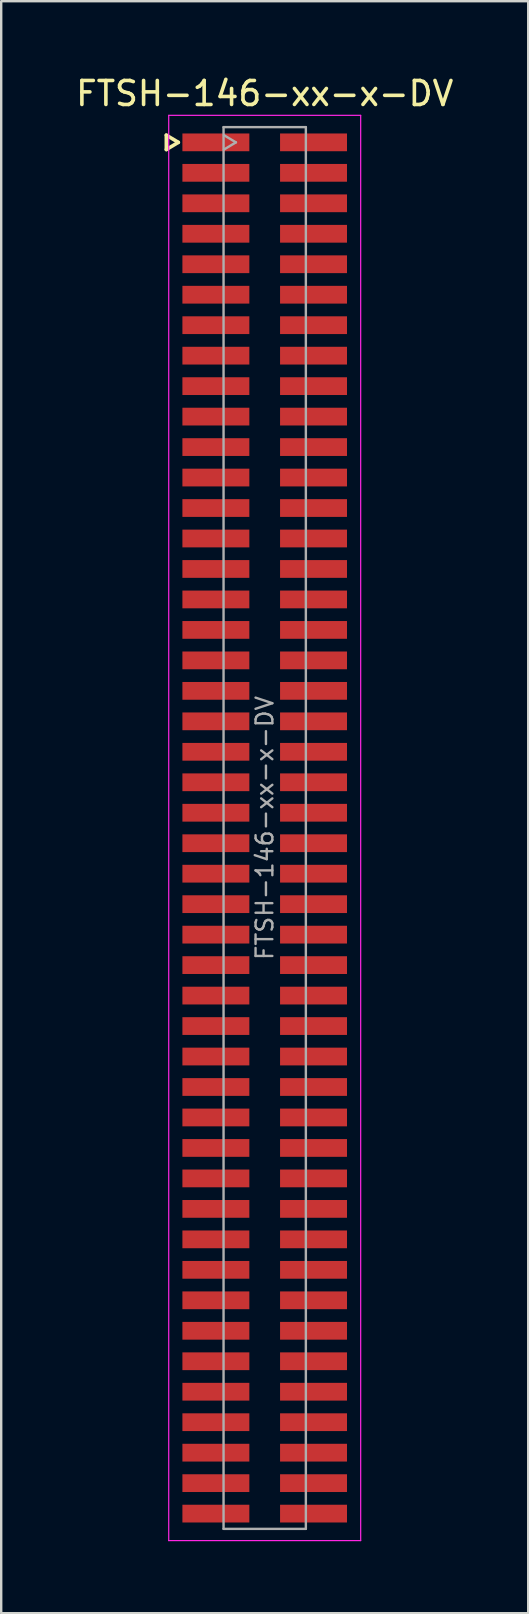
<source format=kicad_pcb>
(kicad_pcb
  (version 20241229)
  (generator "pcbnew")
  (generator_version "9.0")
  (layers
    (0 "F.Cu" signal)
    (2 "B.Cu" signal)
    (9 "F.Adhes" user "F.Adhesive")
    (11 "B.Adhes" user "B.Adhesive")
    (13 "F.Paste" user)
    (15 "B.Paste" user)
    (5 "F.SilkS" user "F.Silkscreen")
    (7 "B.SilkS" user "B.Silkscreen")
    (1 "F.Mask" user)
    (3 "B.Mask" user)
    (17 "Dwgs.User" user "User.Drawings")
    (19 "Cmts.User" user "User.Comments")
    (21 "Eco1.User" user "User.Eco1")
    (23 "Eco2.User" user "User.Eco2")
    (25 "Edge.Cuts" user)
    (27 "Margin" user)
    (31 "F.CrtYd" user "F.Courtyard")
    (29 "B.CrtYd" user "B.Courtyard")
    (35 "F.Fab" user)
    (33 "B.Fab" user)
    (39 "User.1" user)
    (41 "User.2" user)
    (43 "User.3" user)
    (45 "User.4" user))
  (footprint "FTSH-146-xx-x-DV"
    (layer "F.Cu")
    (at 7.982 31.458)
    (property "Reference" "FTSH-146-xx-x-DV" (at 0 -30.61 0) (layer "F.SilkS") (effects (font (size 1 1) (thickness 0.15))))
    (attr smd)
    (fp_line (start -4.1 -28.875) (end -4.1 -28.275) (stroke (width 0.15) (type solid)) (layer "F.SilkS"))
    (fp_line (start -4.1 -28.275) (end -3.6 -28.575) (stroke (width 0.15) (type solid)) (layer "F.SilkS"))
    (fp_line (start -3.6 -28.575) (end -4.1 -28.875) (stroke (width 0.15) (type solid)) (layer "F.SilkS"))
    (fp_line (start -4 -29.7) (end 4 -29.7) (stroke (width 0.05) (type solid)) (layer "F.CrtYd"))
    (fp_line (start -4 29.7) (end -4 -29.7) (stroke (width 0.05) (type solid)) (layer "F.CrtYd"))
    (fp_line (start 4 -29.7) (end 4 29.7) (stroke (width 0.05) (type solid)) (layer "F.CrtYd"))
    (fp_line (start 4 29.7) (end -4 29.7) (stroke (width 0.05) (type solid)) (layer "F.CrtYd"))
    (fp_line (start -1.715 -29.21) (end -1.715 29.21) (stroke (width 0.1) (type solid)) (layer "F.Fab"))
    (fp_line (start -1.715 -29.21) (end 1.715 -29.21) (stroke (width 0.1) (type solid)) (layer "F.Fab"))
    (fp_line (start -1.715 29.21) (end 1.715 29.21) (stroke (width 0.1) (type solid)) (layer "F.Fab"))
    (fp_line (start -1.7 -28.275) (end -1.2 -28.575) (stroke (width 0.1) (type solid)) (layer "F.Fab"))
    (fp_line (start -1.2 -28.575) (end -1.7 -28.875) (stroke (width 0.1) (type solid)) (layer "F.Fab"))
    (fp_line (start 1.715 -29.21) (end 1.715 29.21) (stroke (width 0.1) (type solid)) (layer "F.Fab"))
    (fp_text user "${REFERENCE}" (at 0 0 270) (layer "F.Fab") (effects (font (size 0.7 0.7) (thickness 0.1))))
    (pad "1" smd rect (at -2.035 -28.575) (size 2.79 0.74) (layers "F.Cu" "F.Mask" "F.Paste"))
    (pad "2" smd rect (at 2.035 -28.575) (size 2.79 0.74) (layers "F.Cu" "F.Mask" "F.Paste"))
    (pad "3" smd rect (at -2.035 -27.305) (size 2.79 0.74) (layers "F.Cu" "F.Mask" "F.Paste"))
    (pad "4" smd rect (at 2.035 -27.305) (size 2.79 0.74) (layers "F.Cu" "F.Mask" "F.Paste"))
    (pad "5" smd rect (at -2.035 -26.035) (size 2.79 0.74) (layers "F.Cu" "F.Mask" "F.Paste"))
    (pad "6" smd rect (at 2.035 -26.035) (size 2.79 0.74) (layers "F.Cu" "F.Mask" "F.Paste"))
    (pad "7" smd rect (at -2.035 -24.765) (size 2.79 0.74) (layers "F.Cu" "F.Mask" "F.Paste"))
    (pad "8" smd rect (at 2.035 -24.765) (size 2.79 0.74) (layers "F.Cu" "F.Mask" "F.Paste"))
    (pad "9" smd rect (at -2.035 -23.495) (size 2.79 0.74) (layers "F.Cu" "F.Mask" "F.Paste"))
    (pad "10" smd rect (at 2.035 -23.495) (size 2.79 0.74) (layers "F.Cu" "F.Mask" "F.Paste"))
    (pad "11" smd rect (at -2.035 -22.225) (size 2.79 0.74) (layers "F.Cu" "F.Mask" "F.Paste"))
    (pad "12" smd rect (at 2.035 -22.225) (size 2.79 0.74) (layers "F.Cu" "F.Mask" "F.Paste"))
    (pad "13" smd rect (at -2.035 -20.955) (size 2.79 0.74) (layers "F.Cu" "F.Mask" "F.Paste"))
    (pad "14" smd rect (at 2.035 -20.955) (size 2.79 0.74) (layers "F.Cu" "F.Mask" "F.Paste"))
    (pad "15" smd rect (at -2.035 -19.685) (size 2.79 0.74) (layers "F.Cu" "F.Mask" "F.Paste"))
    (pad "16" smd rect (at 2.035 -19.685) (size 2.79 0.74) (layers "F.Cu" "F.Mask" "F.Paste"))
    (pad "17" smd rect (at -2.035 -18.415) (size 2.79 0.74) (layers "F.Cu" "F.Mask" "F.Paste"))
    (pad "18" smd rect (at 2.035 -18.415) (size 2.79 0.74) (layers "F.Cu" "F.Mask" "F.Paste"))
    (pad "19" smd rect (at -2.035 -17.145) (size 2.79 0.74) (layers "F.Cu" "F.Mask" "F.Paste"))
    (pad "20" smd rect (at 2.035 -17.145) (size 2.79 0.74) (layers "F.Cu" "F.Mask" "F.Paste"))
    (pad "21" smd rect (at -2.035 -15.875) (size 2.79 0.74) (layers "F.Cu" "F.Mask" "F.Paste"))
    (pad "22" smd rect (at 2.035 -15.875) (size 2.79 0.74) (layers "F.Cu" "F.Mask" "F.Paste"))
    (pad "23" smd rect (at -2.035 -14.605) (size 2.79 0.74) (layers "F.Cu" "F.Mask" "F.Paste"))
    (pad "24" smd rect (at 2.035 -14.605) (size 2.79 0.74) (layers "F.Cu" "F.Mask" "F.Paste"))
    (pad "25" smd rect (at -2.035 -13.335) (size 2.79 0.74) (layers "F.Cu" "F.Mask" "F.Paste"))
    (pad "26" smd rect (at 2.035 -13.335) (size 2.79 0.74) (layers "F.Cu" "F.Mask" "F.Paste"))
    (pad "27" smd rect (at -2.035 -12.065) (size 2.79 0.74) (layers "F.Cu" "F.Mask" "F.Paste"))
    (pad "28" smd rect (at 2.035 -12.065) (size 2.79 0.74) (layers "F.Cu" "F.Mask" "F.Paste"))
    (pad "29" smd rect (at -2.035 -10.795) (size 2.79 0.74) (layers "F.Cu" "F.Mask" "F.Paste"))
    (pad "30" smd rect (at 2.035 -10.795) (size 2.79 0.74) (layers "F.Cu" "F.Mask" "F.Paste"))
    (pad "31" smd rect (at -2.035 -9.525) (size 2.79 0.74) (layers "F.Cu" "F.Mask" "F.Paste"))
    (pad "32" smd rect (at 2.035 -9.525) (size 2.79 0.74) (layers "F.Cu" "F.Mask" "F.Paste"))
    (pad "33" smd rect (at -2.035 -8.255) (size 2.79 0.74) (layers "F.Cu" "F.Mask" "F.Paste"))
    (pad "34" smd rect (at 2.035 -8.255) (size 2.79 0.74) (layers "F.Cu" "F.Mask" "F.Paste"))
    (pad "35" smd rect (at -2.035 -6.985) (size 2.79 0.74) (layers "F.Cu" "F.Mask" "F.Paste"))
    (pad "36" smd rect (at 2.035 -6.985) (size 2.79 0.74) (layers "F.Cu" "F.Mask" "F.Paste"))
    (pad "37" smd rect (at -2.035 -5.715) (size 2.79 0.74) (layers "F.Cu" "F.Mask" "F.Paste"))
    (pad "38" smd rect (at 2.035 -5.715) (size 2.79 0.74) (layers "F.Cu" "F.Mask" "F.Paste"))
    (pad "39" smd rect (at -2.035 -4.445) (size 2.79 0.74) (layers "F.Cu" "F.Mask" "F.Paste"))
    (pad "40" smd rect (at 2.035 -4.445) (size 2.79 0.74) (layers "F.Cu" "F.Mask" "F.Paste"))
    (pad "41" smd rect (at -2.035 -3.175) (size 2.79 0.74) (layers "F.Cu" "F.Mask" "F.Paste"))
    (pad "42" smd rect (at 2.035 -3.175) (size 2.79 0.74) (layers "F.Cu" "F.Mask" "F.Paste"))
    (pad "43" smd rect (at -2.035 -1.905) (size 2.79 0.74) (layers "F.Cu" "F.Mask" "F.Paste"))
    (pad "44" smd rect (at 2.035 -1.905) (size 2.79 0.74) (layers "F.Cu" "F.Mask" "F.Paste"))
    (pad "45" smd rect (at -2.035 -0.635) (size 2.79 0.74) (layers "F.Cu" "F.Mask" "F.Paste"))
    (pad "46" smd rect (at 2.035 -0.635) (size 2.79 0.74) (layers "F.Cu" "F.Mask" "F.Paste"))
    (pad "47" smd rect (at -2.035 0.635) (size 2.79 0.74) (layers "F.Cu" "F.Mask" "F.Paste"))
    (pad "48" smd rect (at 2.035 0.635) (size 2.79 0.74) (layers "F.Cu" "F.Mask" "F.Paste"))
    (pad "49" smd rect (at -2.035 1.905) (size 2.79 0.74) (layers "F.Cu" "F.Mask" "F.Paste"))
    (pad "50" smd rect (at 2.035 1.905) (size 2.79 0.74) (layers "F.Cu" "F.Mask" "F.Paste"))
    (pad "51" smd rect (at -2.035 3.175) (size 2.79 0.74) (layers "F.Cu" "F.Mask" "F.Paste"))
    (pad "52" smd rect (at 2.035 3.175) (size 2.79 0.74) (layers "F.Cu" "F.Mask" "F.Paste"))
    (pad "53" smd rect (at -2.035 4.445) (size 2.79 0.74) (layers "F.Cu" "F.Mask" "F.Paste"))
    (pad "54" smd rect (at 2.035 4.445) (size 2.79 0.74) (layers "F.Cu" "F.Mask" "F.Paste"))
    (pad "55" smd rect (at -2.035 5.715) (size 2.79 0.74) (layers "F.Cu" "F.Mask" "F.Paste"))
    (pad "56" smd rect (at 2.035 5.715) (size 2.79 0.74) (layers "F.Cu" "F.Mask" "F.Paste"))
    (pad "57" smd rect (at -2.035 6.985) (size 2.79 0.74) (layers "F.Cu" "F.Mask" "F.Paste"))
    (pad "58" smd rect (at 2.035 6.985) (size 2.79 0.74) (layers "F.Cu" "F.Mask" "F.Paste"))
    (pad "59" smd rect (at -2.035 8.255) (size 2.79 0.74) (layers "F.Cu" "F.Mask" "F.Paste"))
    (pad "60" smd rect (at 2.035 8.255) (size 2.79 0.74) (layers "F.Cu" "F.Mask" "F.Paste"))
    (pad "61" smd rect (at -2.035 9.525) (size 2.79 0.74) (layers "F.Cu" "F.Mask" "F.Paste"))
    (pad "62" smd rect (at 2.035 9.525) (size 2.79 0.74) (layers "F.Cu" "F.Mask" "F.Paste"))
    (pad "63" smd rect (at -2.035 10.795) (size 2.79 0.74) (layers "F.Cu" "F.Mask" "F.Paste"))
    (pad "64" smd rect (at 2.035 10.795) (size 2.79 0.74) (layers "F.Cu" "F.Mask" "F.Paste"))
    (pad "65" smd rect (at -2.035 12.065) (size 2.79 0.74) (layers "F.Cu" "F.Mask" "F.Paste"))
    (pad "66" smd rect (at 2.035 12.065) (size 2.79 0.74) (layers "F.Cu" "F.Mask" "F.Paste"))
    (pad "67" smd rect (at -2.035 13.335) (size 2.79 0.74) (layers "F.Cu" "F.Mask" "F.Paste"))
    (pad "68" smd rect (at 2.035 13.335) (size 2.79 0.74) (layers "F.Cu" "F.Mask" "F.Paste"))
    (pad "69" smd rect (at -2.035 14.605) (size 2.79 0.74) (layers "F.Cu" "F.Mask" "F.Paste"))
    (pad "70" smd rect (at 2.035 14.605) (size 2.79 0.74) (layers "F.Cu" "F.Mask" "F.Paste"))
    (pad "71" smd rect (at -2.035 15.875) (size 2.79 0.74) (layers "F.Cu" "F.Mask" "F.Paste"))
    (pad "72" smd rect (at 2.035 15.875) (size 2.79 0.74) (layers "F.Cu" "F.Mask" "F.Paste"))
    (pad "73" smd rect (at -2.035 17.145) (size 2.79 0.74) (layers "F.Cu" "F.Mask" "F.Paste"))
    (pad "74" smd rect (at 2.035 17.145) (size 2.79 0.74) (layers "F.Cu" "F.Mask" "F.Paste"))
    (pad "75" smd rect (at -2.035 18.415) (size 2.79 0.74) (layers "F.Cu" "F.Mask" "F.Paste"))
    (pad "76" smd rect (at 2.035 18.415) (size 2.79 0.74) (layers "F.Cu" "F.Mask" "F.Paste"))
    (pad "77" smd rect (at -2.035 19.685) (size 2.79 0.74) (layers "F.Cu" "F.Mask" "F.Paste"))
    (pad "78" smd rect (at 2.035 19.685) (size 2.79 0.74) (layers "F.Cu" "F.Mask" "F.Paste"))
    (pad "79" smd rect (at -2.035 20.955) (size 2.79 0.74) (layers "F.Cu" "F.Mask" "F.Paste"))
    (pad "80" smd rect (at 2.035 20.955) (size 2.79 0.74) (layers "F.Cu" "F.Mask" "F.Paste"))
    (pad "81" smd rect (at -2.035 22.225) (size 2.79 0.74) (layers "F.Cu" "F.Mask" "F.Paste"))
    (pad "82" smd rect (at 2.035 22.225) (size 2.79 0.74) (layers "F.Cu" "F.Mask" "F.Paste"))
    (pad "83" smd rect (at -2.035 23.495) (size 2.79 0.74) (layers "F.Cu" "F.Mask" "F.Paste"))
    (pad "84" smd rect (at 2.035 23.495) (size 2.79 0.74) (layers "F.Cu" "F.Mask" "F.Paste"))
    (pad "85" smd rect (at -2.035 24.765) (size 2.79 0.74) (layers "F.Cu" "F.Mask" "F.Paste"))
    (pad "86" smd rect (at 2.035 24.765) (size 2.79 0.74) (layers "F.Cu" "F.Mask" "F.Paste"))
    (pad "87" smd rect (at -2.035 26.035) (size 2.79 0.74) (layers "F.Cu" "F.Mask" "F.Paste"))
    (pad "88" smd rect (at 2.035 26.035) (size 2.79 0.74) (layers "F.Cu" "F.Mask" "F.Paste"))
    (pad "89" smd rect (at -2.035 27.305) (size 2.79 0.74) (layers "F.Cu" "F.Mask" "F.Paste"))
    (pad "90" smd rect (at 2.035 27.305) (size 2.79 0.74) (layers "F.Cu" "F.Mask" "F.Paste"))
    (pad "91" smd rect (at -2.035 28.575) (size 2.79 0.74) (layers "F.Cu" "F.Mask" "F.Paste"))
    (pad "92" smd rect (at 2.035 28.575) (size 2.79 0.74) (layers "F.Cu" "F.Mask" "F.Paste")))
  (gr_rect
    (start -3 -3)
    (end 18.964 64.183)
    (stroke (width 0.1) (type default))
    (fill no)
    (layer "Edge.Cuts")))
</source>
